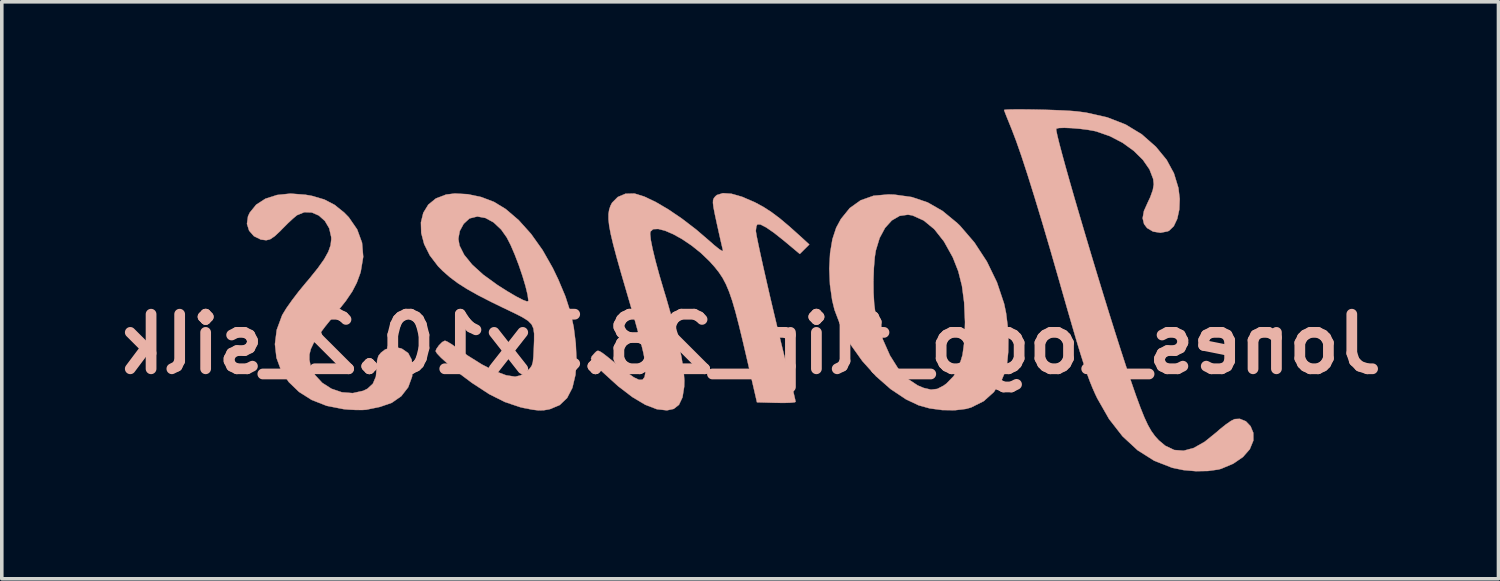
<source format=kicad_pcb>
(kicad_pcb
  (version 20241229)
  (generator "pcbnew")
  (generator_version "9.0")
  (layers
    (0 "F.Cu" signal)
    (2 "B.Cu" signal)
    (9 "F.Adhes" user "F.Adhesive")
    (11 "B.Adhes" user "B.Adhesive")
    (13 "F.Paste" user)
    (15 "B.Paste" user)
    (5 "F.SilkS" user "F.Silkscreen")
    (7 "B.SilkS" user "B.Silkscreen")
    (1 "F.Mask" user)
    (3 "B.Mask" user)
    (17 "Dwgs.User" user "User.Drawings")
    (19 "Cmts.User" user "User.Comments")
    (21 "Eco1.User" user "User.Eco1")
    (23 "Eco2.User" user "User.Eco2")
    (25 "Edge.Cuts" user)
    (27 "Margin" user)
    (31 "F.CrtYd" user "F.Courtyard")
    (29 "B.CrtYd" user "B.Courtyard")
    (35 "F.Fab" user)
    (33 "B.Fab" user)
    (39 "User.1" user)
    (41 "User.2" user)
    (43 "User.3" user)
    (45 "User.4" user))
  (footprint "Jones_logo_flip_28.3x10.2_silk"
    (layer "F.Cu")
    (at 20.944 7.066)
    (property "Reference" "Jones_logo_flip_28.3x10.2_silk" (at -3.048 -0.508 180) (layer "B.SilkS") (effects (font (size 1.524 1.524) (thickness 0.3)) (justify mirror)))
    (attr through_hole)
    (fp_poly (pts (xy 0.398 -4.65) (xy 0.038 -4.523) (xy -0.266 -4.306) (xy -0.514 -3.999) (xy -0.645 -3.757) (xy -0.75 -3.438) (xy -0.815 -3.049) (xy -0.838 -2.617) (xy -0.819 -2.171) (xy -0.758 -1.737) (xy -0.692 -1.465) (xy -0.506 -0.975) (xy -0.241 -0.492) (xy 0.087 -0.032) (xy 0.464 0.387) (xy 0.875 0.748) (xy 1.305 1.035) (xy 1.656 1.201) (xy 1.966 1.287) (xy 2.316 1.334) (xy 2.667 1.339) (xy 2.981 1.301) (xy 3.123 1.261) (xy 3.475 1.085) (xy 3.758 0.831) (xy 3.976 0.496) (xy 4.071 0.268) (xy 4.127 0.029) (xy 4.158 -0.285) (xy 4.163 -0.642) (xy 4.143 -1.014) (xy 4.132 -1.106) (xy 2.952 -1.106) (xy 2.938 -0.611) (xy 2.882 -0.204) (xy 2.783 0.124) (xy 2.635 0.386) (xy 2.436 0.592) (xy 2.354 0.652) (xy 2.178 0.743) (xy 2.002 0.764) (xy 1.797 0.716) (xy 1.631 0.646) (xy 1.348 0.459) (xy 1.088 0.178) (xy 0.857 -0.189) (xy 0.66 -0.632) (xy 0.504 -1.14) (xy 0.448 -1.386) (xy 0.416 -1.63) (xy 0.398 -1.943) (xy 0.395 -2.289) (xy 0.407 -2.631) (xy 0.432 -2.935) (xy 0.461 -3.12) (xy 0.567 -3.469) (xy 0.719 -3.752) (xy 0.908 -3.961) (xy 1.125 -4.088) (xy 1.36 -4.121) (xy 1.483 -4.101) (xy 1.799 -3.959) (xy 2.094 -3.716) (xy 2.364 -3.374) (xy 2.608 -2.936) (xy 2.615 -2.92) (xy 2.764 -2.542) (xy 2.867 -2.134) (xy 2.928 -1.671) (xy 2.952 -1.132) (xy 2.952 -1.106) (xy 4.132 -1.106) (xy 4.099 -1.371) (xy 4.044 -1.635) (xy 3.844 -2.233) (xy 3.563 -2.812) (xy 3.214 -3.346) (xy 2.814 -3.811) (xy 2.732 -3.89) (xy 2.324 -4.226) (xy 1.908 -4.464) (xy 1.467 -4.613) (xy 0.98 -4.681) (xy 0.815 -4.687) (xy 0.398 -4.65)) (stroke (width 0.01) (type solid)) (fill yes) (layer "B.SilkS"))
    (fp_poly (pts (xy -16.26 -4.671) (xy -16.583 -4.567) (xy -16.84 -4.401) (xy -17.021 -4.178) (xy -17.069 -4.075) (xy -17.098 -3.866) (xy -17.038 -3.675) (xy -16.904 -3.522) (xy -16.712 -3.427) (xy -16.561 -3.408) (xy -16.455 -3.433) (xy -16.328 -3.517) (xy -16.161 -3.673) (xy -16.124 -3.712) (xy -15.966 -3.871) (xy -15.817 -4.01) (xy -15.708 -4.101) (xy -15.697 -4.109) (xy -15.496 -4.191) (xy -15.287 -4.183) (xy -15.09 -4.097) (xy -14.922 -3.946) (xy -14.801 -3.741) (xy -14.745 -3.496) (xy -14.743 -3.439) (xy -14.762 -3.269) (xy -14.826 -3.087) (xy -14.942 -2.878) (xy -15.118 -2.63) (xy -15.361 -2.328) (xy -15.456 -2.217) (xy -15.653 -1.978) (xy -15.839 -1.734) (xy -15.996 -1.512) (xy -16.103 -1.337) (xy -16.117 -1.311) (xy -16.267 -0.905) (xy -16.317 -0.507) (xy -16.274 -0.126) (xy -16.144 0.229) (xy -15.932 0.55) (xy -15.646 0.826) (xy -15.291 1.051) (xy -14.873 1.215) (xy -14.399 1.308) (xy -14.266 1.32) (xy -14.058 1.331) (xy -13.88 1.332) (xy -13.769 1.325) (xy -13.764 1.324) (xy -13.651 1.3) (xy -13.483 1.266) (xy -13.384 1.245) (xy -13.056 1.132) (xy -12.789 0.946) (xy -12.596 0.697) (xy -12.488 0.401) (xy -12.467 0.191) (xy -12.499 -0.072) (xy -12.596 -0.257) (xy -12.766 -0.375) (xy -12.815 -0.393) (xy -13.039 -0.424) (xy -13.24 -0.357) (xy -13.354 -0.27) (xy -13.428 -0.178) (xy -13.464 -0.053) (xy -13.473 0.123) (xy -13.498 0.399) (xy -13.582 0.598) (xy -13.733 0.738) (xy -13.853 0.797) (xy -14.144 0.861) (xy -14.446 0.838) (xy -14.738 0.739) (xy -14.996 0.574) (xy -15.198 0.355) (xy -15.323 0.092) (xy -15.324 0.085) (xy -15.355 -0.069) (xy -15.354 -0.217) (xy -15.315 -0.371) (xy -15.232 -0.546) (xy -15.098 -0.755) (xy -14.906 -1.01) (xy -14.649 -1.326) (xy -14.573 -1.417) (xy -14.334 -1.718) (xy -14.158 -1.978) (xy -14.031 -2.223) (xy -13.936 -2.482) (xy -13.921 -2.532) (xy -13.852 -2.944) (xy -13.885 -3.339) (xy -14.021 -3.71) (xy -14.255 -4.049) (xy -14.385 -4.182) (xy -14.652 -4.396) (xy -14.938 -4.545) (xy -15.276 -4.644) (xy -15.464 -4.678) (xy -15.883 -4.71) (xy -16.26 -4.671)) (stroke (width 0.01) (type solid)) (fill yes) (layer "B.SilkS"))
    (fp_poly (pts (xy -11.539 -4.683) (xy -11.823 -4.574) (xy -12.035 -4.401) (xy -12.174 -4.174) (xy -12.24 -3.906) (xy -12.232 -3.611) (xy -12.15 -3.3) (xy -11.993 -2.985) (xy -11.76 -2.68) (xy -11.63 -2.549) (xy -11.431 -2.375) (xy -11.212 -2.211) (xy -10.956 -2.048) (xy -10.647 -1.874) (xy -10.268 -1.68) (xy -9.942 -1.521) (xy -9.634 -1.374) (xy -9.408 -1.259) (xy -9.251 -1.16) (xy -9.152 -1.061) (xy -9.099 -0.946) (xy -9.079 -0.799) (xy -9.08 -0.604) (xy -9.088 -0.389) (xy -9.099 -0.159) (xy -9.115 -0.008) (xy -9.144 0.091) (xy -9.195 0.166) (xy -9.275 0.244) (xy -9.28 0.248) (xy -9.458 0.366) (xy -9.609 0.402) (xy -9.861 0.363) (xy -10.173 0.248) (xy -10.536 0.062) (xy -10.939 -0.19) (xy -11.23 -0.396) (xy -11.382 -0.503) (xy -11.506 -0.577) (xy -11.57 -0.603) (xy -11.646 -0.564) (xy -11.738 -0.472) (xy -11.81 -0.369) (xy -11.83 -0.311) (xy -11.791 -0.246) (xy -11.682 -0.131) (xy -11.517 0.019) (xy -11.311 0.193) (xy -11.079 0.378) (xy -10.837 0.559) (xy -10.802 0.584) (xy -10.333 0.89) (xy -9.895 1.11) (xy -9.471 1.252) (xy -9.372 1.275) (xy -9.131 1.322) (xy -8.958 1.343) (xy -8.815 1.34) (xy -8.668 1.315) (xy -8.63 1.305) (xy -8.364 1.193) (xy -8.158 0.996) (xy -8.012 0.714) (xy -7.925 0.347) (xy -7.898 -0.107) (xy -7.917 -0.524) (xy -7.974 -0.98) (xy -8.068 -1.41) (xy -8.165 -1.71) (xy -9.239 -1.71) (xy -9.281 -1.699) (xy -9.398 -1.743) (xy -9.581 -1.838) (xy -9.82 -1.978) (xy -10.104 -2.158) (xy -10.112 -2.164) (xy -10.502 -2.447) (xy -10.811 -2.728) (xy -11.033 -3.001) (xy -11.163 -3.259) (xy -11.196 -3.449) (xy -11.156 -3.666) (xy -11.047 -3.866) (xy -10.893 -4.009) (xy -10.875 -4.019) (xy -10.666 -4.071) (xy -10.44 -4.03) (xy -10.212 -3.906) (xy -9.999 -3.705) (xy -9.843 -3.484) (xy -9.735 -3.274) (xy -9.621 -3.008) (xy -9.507 -2.711) (xy -9.404 -2.407) (xy -9.319 -2.123) (xy -9.261 -1.883) (xy -9.239 -1.713) (xy -9.239 -1.71) (xy -8.165 -1.71) (xy -8.208 -1.843) (xy -8.404 -2.309) (xy -8.558 -2.63) (xy -8.843 -3.132) (xy -9.165 -3.584) (xy -9.512 -3.97) (xy -9.872 -4.278) (xy -10.2 -4.478) (xy -10.554 -4.613) (xy -10.931 -4.693) (xy -11.293 -4.713) (xy -11.539 -4.683)) (stroke (width 0.01) (type solid)) (fill yes) (layer "B.SilkS"))
    (fp_poly (pts (xy 4.337 -7.061) (xy 4.16 -7.058) (xy 4.059 -7.05) (xy 4.043 -7.044) (xy 4.062 -6.991) (xy 4.112 -6.862) (xy 4.187 -6.677) (xy 4.257 -6.504) (xy 4.38 -6.181) (xy 4.528 -5.758) (xy 4.698 -5.238) (xy 4.89 -4.624) (xy 5.104 -3.919) (xy 5.338 -3.125) (xy 5.591 -2.246) (xy 5.629 -2.111) (xy 5.8 -1.514) (xy 5.947 -1.007) (xy 6.072 -0.581) (xy 6.18 -0.226) (xy 6.275 0.071) (xy 6.359 0.319) (xy 6.437 0.53) (xy 6.511 0.713) (xy 6.585 0.881) (xy 6.644 1.005) (xy 6.974 1.583) (xy 7.35 2.066) (xy 7.771 2.456) (xy 8.237 2.75) (xy 8.737 2.945) (xy 9.052 3.01) (xy 9.399 3.041) (xy 9.738 3.035) (xy 10.029 2.994) (xy 10.102 2.974) (xy 10.44 2.832) (xy 10.712 2.646) (xy 10.904 2.427) (xy 11.003 2.186) (xy 11.004 2.181) (xy 11.002 1.969) (xy 10.925 1.784) (xy 10.794 1.647) (xy 10.625 1.579) (xy 10.482 1.586) (xy 10.379 1.637) (xy 10.228 1.742) (xy 10.053 1.883) (xy 9.983 1.946) (xy 9.645 2.219) (xy 9.338 2.393) (xy 9.056 2.469) (xy 8.794 2.449) (xy 8.546 2.332) (xy 8.36 2.176) (xy 8.254 2.058) (xy 8.155 1.921) (xy 8.059 1.752) (xy 7.959 1.537) (xy 7.849 1.263) (xy 7.721 0.915) (xy 7.571 0.481) (xy 7.557 0.439) (xy 7.429 0.053) (xy 7.287 -0.384) (xy 7.135 -0.862) (xy 6.975 -1.371) (xy 6.811 -1.902) (xy 6.645 -2.446) (xy 6.48 -2.992) (xy 6.319 -3.532) (xy 6.164 -4.056) (xy 6.018 -4.554) (xy 5.885 -5.017) (xy 5.767 -5.435) (xy 5.667 -5.799) (xy 5.587 -6.099) (xy 5.531 -6.326) (xy 5.501 -6.471) (xy 5.499 -6.522) (xy 5.574 -6.542) (xy 5.727 -6.547) (xy 5.931 -6.539) (xy 6.158 -6.52) (xy 6.381 -6.492) (xy 6.574 -6.457) (xy 6.615 -6.447) (xy 6.998 -6.314) (xy 7.352 -6.13) (xy 7.663 -5.905) (xy 7.919 -5.653) (xy 8.104 -5.386) (xy 8.207 -5.118) (xy 8.223 -4.97) (xy 8.196 -4.81) (xy 8.124 -4.609) (xy 8.065 -4.484) (xy 7.949 -4.227) (xy 7.912 -4.024) (xy 7.952 -3.86) (xy 8.036 -3.749) (xy 8.203 -3.65) (xy 8.41 -3.617) (xy 8.614 -3.657) (xy 8.65 -3.674) (xy 8.781 -3.8) (xy 8.878 -4.005) (xy 8.935 -4.266) (xy 8.947 -4.562) (xy 8.911 -4.867) (xy 8.785 -5.279) (xy 8.581 -5.654) (xy 8.284 -6.016) (xy 8.283 -6.017) (xy 7.887 -6.366) (xy 7.435 -6.64) (xy 6.92 -6.84) (xy 6.331 -6.972) (xy 6.08 -7.005) (xy 5.911 -7.019) (xy 5.684 -7.032) (xy 5.417 -7.043) (xy 5.129 -7.052) (xy 4.841 -7.058) (xy 4.57 -7.061) (xy 4.337 -7.061)) (stroke (width 0.01) (type solid)) (fill yes) (layer "B.SilkS"))
    (fp_poly (pts (xy -3.976 -4.671) (xy -4.02 -4.633) (xy -4.06 -4.584) (xy -4.082 -4.53) (xy -4.086 -4.452) (xy -4.071 -4.329) (xy -4.035 -4.143) (xy -3.977 -3.873) (xy -3.92 -3.616) (xy -3.869 -3.389) (xy -3.829 -3.217) (xy -3.806 -3.123) (xy -3.805 -3.121) (xy -3.827 -3.107) (xy -3.914 -3.161) (xy -4.056 -3.275) (xy -4.171 -3.377) (xy -4.558 -3.709) (xy -4.95 -4.009) (xy -5.331 -4.268) (xy -5.687 -4.477) (xy -6.003 -4.627) (xy -6.264 -4.708) (xy -6.286 -4.712) (xy -6.529 -4.706) (xy -6.744 -4.615) (xy -6.903 -4.455) (xy -6.945 -4.376) (xy -6.983 -4.265) (xy -7.003 -4.141) (xy -7.003 -3.993) (xy -6.983 -3.809) (xy -6.939 -3.577) (xy -6.87 -3.286) (xy -6.774 -2.925) (xy -6.649 -2.483) (xy -6.548 -2.138) (xy -6.393 -1.606) (xy -6.266 -1.166) (xy -6.166 -0.805) (xy -6.089 -0.514) (xy -6.033 -0.282) (xy -5.996 -0.098) (xy -5.974 0.048) (xy -5.966 0.166) (xy -5.969 0.263) (xy -5.995 0.411) (xy -6.052 0.487) (xy -6.15 0.49) (xy -6.298 0.419) (xy -6.505 0.272) (xy -6.621 0.18) (xy -6.868 -0.02) (xy -7.045 -0.163) (xy -7.167 -0.256) (xy -7.246 -0.306) (xy -7.296 -0.322) (xy -7.331 -0.311) (xy -7.365 -0.281) (xy -7.389 -0.257) (xy -7.468 -0.166) (xy -7.493 -0.104) (xy -7.457 -0.042) (xy -7.362 0.071) (xy -7.225 0.216) (xy -7.162 0.278) (xy -6.732 0.669) (xy -6.335 0.972) (xy -5.974 1.187) (xy -5.652 1.31) (xy -5.371 1.342) (xy -5.181 1.301) (xy -5.035 1.186) (xy -4.937 0.979) (xy -4.89 0.684) (xy -4.885 0.508) (xy -4.906 0.217) (xy -4.967 -0.155) (xy -5.068 -0.613) (xy -5.21 -1.159) (xy -5.393 -1.798) (xy -5.449 -1.981) (xy -5.583 -2.435) (xy -5.691 -2.832) (xy -5.771 -3.162) (xy -5.822 -3.415) (xy -5.84 -3.584) (xy -5.833 -3.647) (xy -5.756 -3.717) (xy -5.614 -3.723) (xy -5.422 -3.674) (xy -5.192 -3.575) (xy -4.941 -3.435) (xy -4.681 -3.259) (xy -4.427 -3.056) (xy -4.193 -2.832) (xy -4.179 -2.818) (xy -4.039 -2.662) (xy -3.92 -2.512) (xy -3.815 -2.354) (xy -3.722 -2.177) (xy -3.634 -1.968) (xy -3.547 -1.715) (xy -3.457 -1.406) (xy -3.359 -1.028) (xy -3.248 -0.57) (xy -3.138 -0.098) (xy -2.857 1.117) (xy -2.317 1.132) (xy -2.093 1.134) (xy -1.914 1.128) (xy -1.803 1.116) (xy -1.778 1.104) (xy -1.791 1.04) (xy -1.825 0.893) (xy -1.877 0.68) (xy -1.943 0.419) (xy -1.988 0.242) (xy -2.084 -0.137) (xy -2.186 -0.551) (xy -2.291 -0.986) (xy -2.397 -1.429) (xy -2.5 -1.866) (xy -2.596 -2.286) (xy -2.684 -2.674) (xy -2.76 -3.017) (xy -2.821 -3.303) (xy -2.865 -3.518) (xy -2.887 -3.649) (xy -2.889 -3.677) (xy -2.875 -3.794) (xy -2.845 -3.852) (xy -2.757 -3.847) (xy -2.601 -3.767) (xy -2.382 -3.616) (xy -2.105 -3.396) (xy -2.064 -3.362) (xy -1.661 -3.025) (xy -1.529 -3.157) (xy -1.396 -3.289) (xy -1.627 -3.501) (xy -1.95 -3.791) (xy -2.22 -4.018) (xy -2.456 -4.195) (xy -2.677 -4.338) (xy -2.901 -4.459) (xy -2.927 -4.472) (xy -3.276 -4.622) (xy -3.572 -4.706) (xy -3.808 -4.722) (xy -3.976 -4.671)) (stroke (width 0.01) (type solid)) (fill yes) (layer "B.SilkS")))
  (gr_rect
    (start -3 -3)
    (end 38.792 13.112)
    (stroke (width 0.1) (type default))
    (fill no)
    (layer "Edge.Cuts")))
</source>
